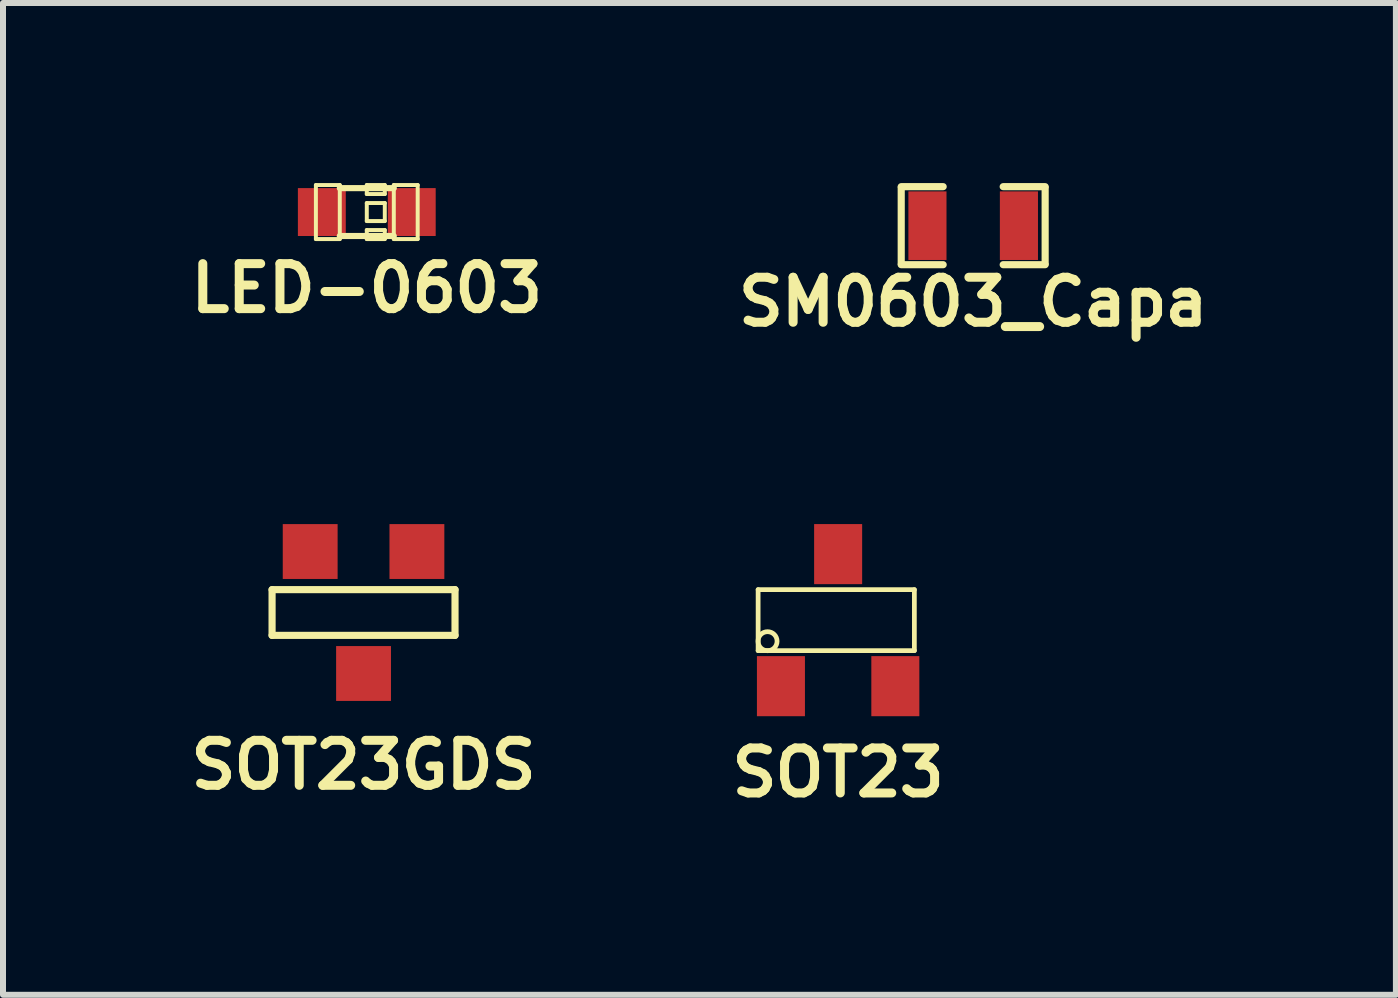
<source format=kicad_pcb>
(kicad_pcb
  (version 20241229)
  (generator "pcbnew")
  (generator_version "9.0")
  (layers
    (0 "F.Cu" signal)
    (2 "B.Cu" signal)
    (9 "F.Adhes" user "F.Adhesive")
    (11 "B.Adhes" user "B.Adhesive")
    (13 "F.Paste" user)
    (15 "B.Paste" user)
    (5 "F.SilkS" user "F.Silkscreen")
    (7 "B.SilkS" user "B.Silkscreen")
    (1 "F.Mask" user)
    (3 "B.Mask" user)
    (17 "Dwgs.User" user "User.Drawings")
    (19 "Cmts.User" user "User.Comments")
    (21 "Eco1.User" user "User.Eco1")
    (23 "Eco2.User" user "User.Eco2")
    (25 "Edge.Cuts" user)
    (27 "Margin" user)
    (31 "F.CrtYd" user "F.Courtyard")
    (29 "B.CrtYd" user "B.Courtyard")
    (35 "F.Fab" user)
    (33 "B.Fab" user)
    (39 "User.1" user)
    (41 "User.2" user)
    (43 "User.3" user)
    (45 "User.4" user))
  (footprint "SOT23GDS"
    (layer "F.Cu")
    (at 3.007 7.155)
    (property "Reference" "SOT23GDS" (at 0 2.54 0) (layer "F.SilkS") (effects (font (size 0.75 0.75) (thickness 0.15))))
    (attr smd)
    (fp_line (start -1.524 -0.381) (end 1.524 -0.381) (stroke (width 0.119) (type solid)) (layer "F.SilkS"))
    (fp_line (start -1.524 0.381) (end -1.524 -0.381) (stroke (width 0.119) (type solid)) (layer "F.SilkS"))
    (fp_line (start 1.524 -0.381) (end 1.524 0.381) (stroke (width 0.119) (type solid)) (layer "F.SilkS"))
    (fp_line (start 1.524 0.381) (end -1.524 0.381) (stroke (width 0.119) (type solid)) (layer "F.SilkS"))
    (pad "D" smd rect (at 0 1.016) (size 0.914 0.914) (layers "F.Cu" "F.Mask" "F.Paste"))
    (pad "G" smd rect (at 0.889 -1.016) (size 0.914 0.914) (layers "F.Cu" "F.Mask" "F.Paste"))
    (pad "S" smd rect (at -0.889 -1.016) (size 0.914 0.914) (layers "F.Cu" "F.Mask" "F.Paste")))
  (footprint "SOT23"
    (layer "F.Cu")
    (at 10.914 7.282)
    (property "Reference" "SOT23" (at 0 2.54 0) (layer "F.SilkS") (effects (font (size 0.75 0.75) (thickness 0.15))))
    (attr through_hole)
    (fp_line (start -1.333 -0.508) (end -1.333 0.508) (stroke (width 0.079) (type solid)) (layer "F.SilkS"))
    (fp_line (start -1.333 -0.508) (end 1.27 -0.508) (stroke (width 0.079) (type solid)) (layer "F.SilkS"))
    (fp_line (start 1.27 -0.508) (end 1.27 0.508) (stroke (width 0.079) (type solid)) (layer "F.SilkS"))
    (fp_line (start 1.27 0.508) (end -1.333 0.508) (stroke (width 0.079) (type solid)) (layer "F.SilkS"))
    (fp_circle (center -1.176 0.351) (end -1.3 0.45) (stroke (width 0.079) (type solid)) (fill no) (layer "F.SilkS"))
    (pad "1" smd rect (at -0.953 1.1) (size 0.8 1.001) (layers "F.Cu" "F.Mask" "F.Paste"))
    (pad "2" smd rect (at 0.953 1.1) (size 0.8 1.001) (layers "F.Cu" "F.Mask" "F.Paste"))
    (pad "3" smd rect (at 0 -1.1) (size 0.8 1.001) (layers "F.Cu" "F.Mask" "F.Paste")))
  (footprint "LED-0603"
    (placed yes)
    (layer "F.Cu")
    (at 3.061 0.483)
    (property "Reference" "LED-0603" (at 0 1.27 180) (layer "F.SilkS") (effects (font (size 0.75 0.75) (thickness 0.15))))
    (attr smd)
    (fp_line (start -0.848 -0.45) (end -0.848 0.45) (stroke (width 0.066) (type solid)) (layer "F.SilkS"))
    (fp_line (start -0.848 -0.45) (end -0.45 -0.45) (stroke (width 0.066) (type solid)) (layer "F.SilkS"))
    (fp_line (start -0.848 0.45) (end -0.45 0.45) (stroke (width 0.066) (type solid)) (layer "F.SilkS"))
    (fp_line (start -0.45 -0.45) (end -0.45 0.45) (stroke (width 0.066) (type solid)) (layer "F.SilkS"))
    (fp_line (start 0 -0.45) (end 0 -0.3) (stroke (width 0.066) (type solid)) (layer "F.SilkS"))
    (fp_line (start 0 -0.45) (end 0.3 -0.45) (stroke (width 0.066) (type solid)) (layer "F.SilkS"))
    (fp_line (start 0 -0.3) (end 0.3 -0.3) (stroke (width 0.066) (type solid)) (layer "F.SilkS"))
    (fp_line (start 0 -0.15) (end 0 0.15) (stroke (width 0.066) (type solid)) (layer "F.SilkS"))
    (fp_line (start 0 -0.15) (end 0.3 -0.15) (stroke (width 0.066) (type solid)) (layer "F.SilkS"))
    (fp_line (start 0 0.15) (end 0.3 0.15) (stroke (width 0.066) (type solid)) (layer "F.SilkS"))
    (fp_line (start 0 0.3) (end 0 0.45) (stroke (width 0.066) (type solid)) (layer "F.SilkS"))
    (fp_line (start 0 0.3) (end 0.3 0.3) (stroke (width 0.066) (type solid)) (layer "F.SilkS"))
    (fp_line (start 0 0.45) (end 0.3 0.45) (stroke (width 0.066) (type solid)) (layer "F.SilkS"))
    (fp_line (start 0.3 -0.45) (end 0.3 -0.3) (stroke (width 0.066) (type solid)) (layer "F.SilkS"))
    (fp_line (start 0.3 -0.15) (end 0.3 0.15) (stroke (width 0.066) (type solid)) (layer "F.SilkS"))
    (fp_line (start 0.3 0.3) (end 0.3 0.45) (stroke (width 0.066) (type solid)) (layer "F.SilkS"))
    (fp_line (start 0.45 -0.45) (end 0.45 0.45) (stroke (width 0.066) (type solid)) (layer "F.SilkS"))
    (fp_line (start 0.45 -0.45) (end 0.848 -0.45) (stroke (width 0.066) (type solid)) (layer "F.SilkS"))
    (fp_line (start 0.45 -0.399) (end -0.45 -0.399) (stroke (width 0.102) (type solid)) (layer "F.SilkS"))
    (fp_line (start 0.45 0.399) (end -0.45 0.399) (stroke (width 0.102) (type solid)) (layer "F.SilkS"))
    (fp_line (start 0.45 0.45) (end 0.848 0.45) (stroke (width 0.066) (type solid)) (layer "F.SilkS"))
    (fp_line (start 0.848 -0.45) (end 0.848 0.45) (stroke (width 0.066) (type solid)) (layer "F.SilkS"))
    (pad "1" smd rect (at -0.749 0) (size 0.798 0.798) (layers "F.Cu" "F.Mask" "F.Paste"))
    (pad "2" smd rect (at 0.749 0) (size 0.798 0.798) (layers "F.Cu" "F.Mask" "F.Paste")))
  (footprint "SM0603_Capa"
    (placed yes)
    (layer "F.Cu")
    (at 13.164 0.71)
    (property "Reference" "SM0603_Capa" (at 0 1.27 0) (layer "F.SilkS") (effects (font (size 0.75 0.75) (thickness 0.15))))
    (attr smd)
    (fp_line (start -1.199 -0.65) (end -0.5 -0.65) (stroke (width 0.119) (type solid)) (layer "F.SilkS"))
    (fp_line (start -1.199 0.635) (end -1.199 -0.635) (stroke (width 0.119) (type solid)) (layer "F.SilkS"))
    (fp_line (start -0.5 0.65) (end -1.199 0.65) (stroke (width 0.119) (type solid)) (layer "F.SilkS"))
    (fp_line (start 0.5 -0.65) (end 1.199 -0.65) (stroke (width 0.119) (type solid)) (layer "F.SilkS"))
    (fp_line (start 0.5 0.65) (end 1.199 0.65) (stroke (width 0.119) (type solid)) (layer "F.SilkS"))
    (fp_line (start 1.199 -0.635) (end 1.199 0.635) (stroke (width 0.119) (type solid)) (layer "F.SilkS"))
    (pad "1" smd rect (at -0.762 0) (size 0.635 1.143) (layers "F.Cu" "F.Mask" "F.Paste"))
    (pad "2" smd rect (at 0.762 0) (size 0.635 1.143) (layers "F.Cu" "F.Mask" "F.Paste")))
  (gr_rect
    (start -3 -3)
    (end 20.207 13.524)
    (stroke (width 0.1) (type default))
    (fill no)
    (layer "Edge.Cuts")))
</source>
